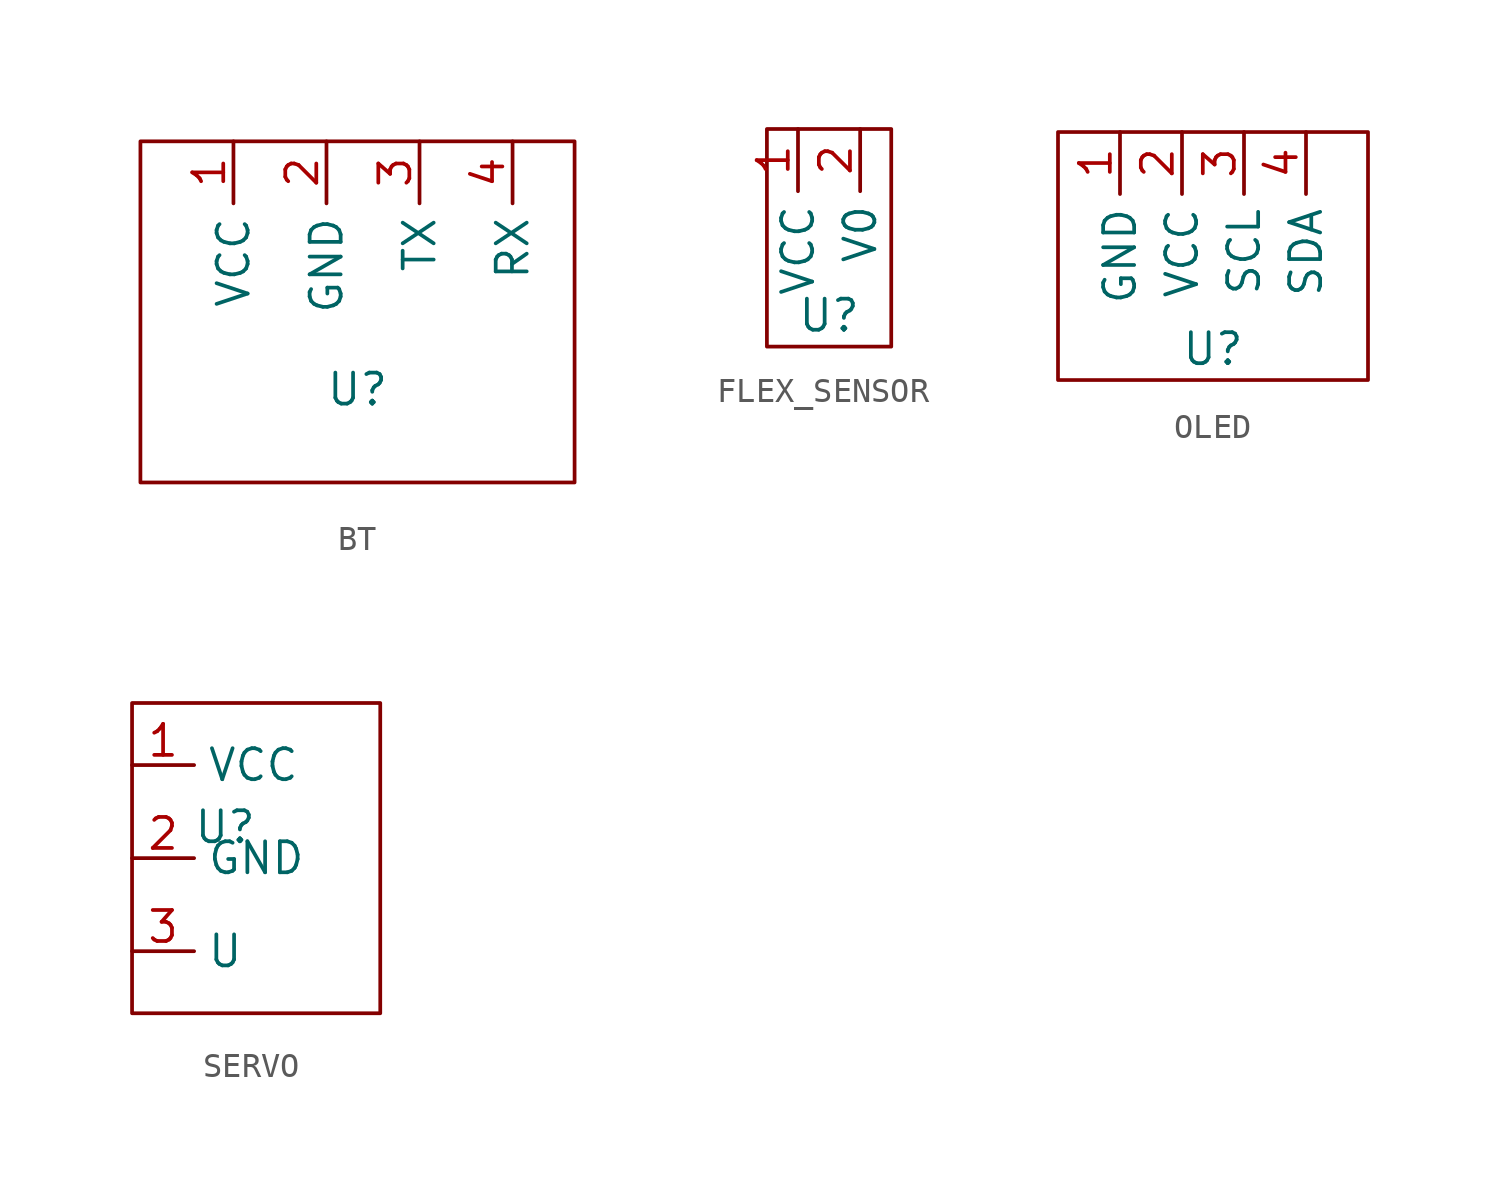
<source format=kicad_sym>
(kicad_symbol_lib
  (version 20220914)
  (generator kicad_symbol_editor)
  (symbol "BT"
    (property "Reference" "U"
      (at 3.81 -1.27 0)
      (effects (font (size 1.27 1.27))))
    (property "Value" ""
      (at 0 0 0)
      (effects (font (size 1.27 1.27))))
    (symbol "BT_0_1"
      (rectangle (start -5.08 8.89) (end 12.7 -5.08) (stroke (width 0) (type default)) (fill (type none))))
    (symbol "BT_1_1"
      (pin passive line (at -1.27 8.89 270) (length 2.54) (name "VCC" (effects (font (size 1.27 1.27)))) (number "1" (effects (font (size 1.27 1.27)))))
      (pin passive line (at 2.54 8.89 270) (length 2.54) (name "GND" (effects (font (size 1.27 1.27)))) (number "2" (effects (font (size 1.27 1.27)))))
      (pin passive line (at 6.35 8.89 270) (length 2.54) (name "TX" (effects (font (size 1.27 1.27)))) (number "3" (effects (font (size 1.27 1.27)))))
      (pin passive line (at 10.16 8.89 270) (length 2.54) (name "RX" (effects (font (size 1.27 1.27)))) (number "4" (effects (font (size 1.27 1.27)))))))
  (symbol "FLEX_SENSOR"
    (property "Reference" "U"
      (at 0 -5.08 0)
      (effects (font (size 1.27 1.27))))
    (property "Value" ""
      (at 0 0 0)
      (effects (font (size 1.27 1.27))))
    (symbol "FLEX_SENSOR_0_1"
      (rectangle (start -2.54 2.54) (end 2.54 -6.35) (stroke (width 0) (type default)) (fill (type none))))
    (symbol "FLEX_SENSOR_1_1"
      (pin passive line (at -1.27 2.54 270) (length 2.54) (name "VCC" (effects (font (size 1.27 1.27)))) (number "1" (effects (font (size 1.27 1.27)))))
      (pin passive line (at 1.27 2.54 270) (length 2.54) (name "V0" (effects (font (size 1.27 1.27)))) (number "2" (effects (font (size 1.27 1.27)))))))
  (symbol "OLED"
    (property "Reference" "U"
      (at 0 -5.08 0)
      (effects (font (size 1.27 1.27))))
    (property "Value" ""
      (at 0 0 0)
      (effects (font (size 1.27 1.27))))
    (symbol "OLED_0_1"
      (rectangle (start -6.35 3.81) (end 6.35 -6.35) (stroke (width 0) (type default)) (fill (type none))))
    (symbol "OLED_1_1"
      (pin passive line (at -3.81 3.81 270) (length 2.54) (name "GND" (effects (font (size 1.27 1.27)))) (number "1" (effects (font (size 1.27 1.27)))))
      (pin passive line (at -1.27 3.81 270) (length 2.54) (name "VCC" (effects (font (size 1.27 1.27)))) (number "2" (effects (font (size 1.27 1.27)))))
      (pin passive line (at 1.27 3.81 270) (length 2.54) (name "SCL" (effects (font (size 1.27 1.27)))) (number "3" (effects (font (size 1.27 1.27)))))
      (pin passive line (at 3.81 3.81 270) (length 2.54) (name "SDA" (effects (font (size 1.27 1.27)))) (number "4" (effects (font (size 1.27 1.27)))))))
  (symbol "SERVO"
    (property "Reference" "U"
      (at 0 0 0)
      (effects (font (size 1.27 1.27))))
    (property "Value" ""
      (at 0 0 0)
      (effects (font (size 1.27 1.27))))
    (symbol "SERVO_0_1"
      (rectangle (start -3.81 5.08) (end 6.35 -7.62) (stroke (width 0) (type default)) (fill (type none))))
    (symbol "SERVO_1_1"
      (pin passive line (at -3.81 2.54 0) (length 2.54) (name "VCC" (effects (font (size 1.27 1.27)))) (number "1" (effects (font (size 1.27 1.27)))))
      (pin passive line (at -3.81 -1.27 0) (length 2.54) (name "GND" (effects (font (size 1.27 1.27)))) (number "2" (effects (font (size 1.27 1.27)))))
      (pin passive line (at -3.81 -5.08 0) (length 2.54) (name "U" (effects (font (size 1.27 1.27)))) (number "3" (effects (font (size 1.27 1.27))))))))
</source>
